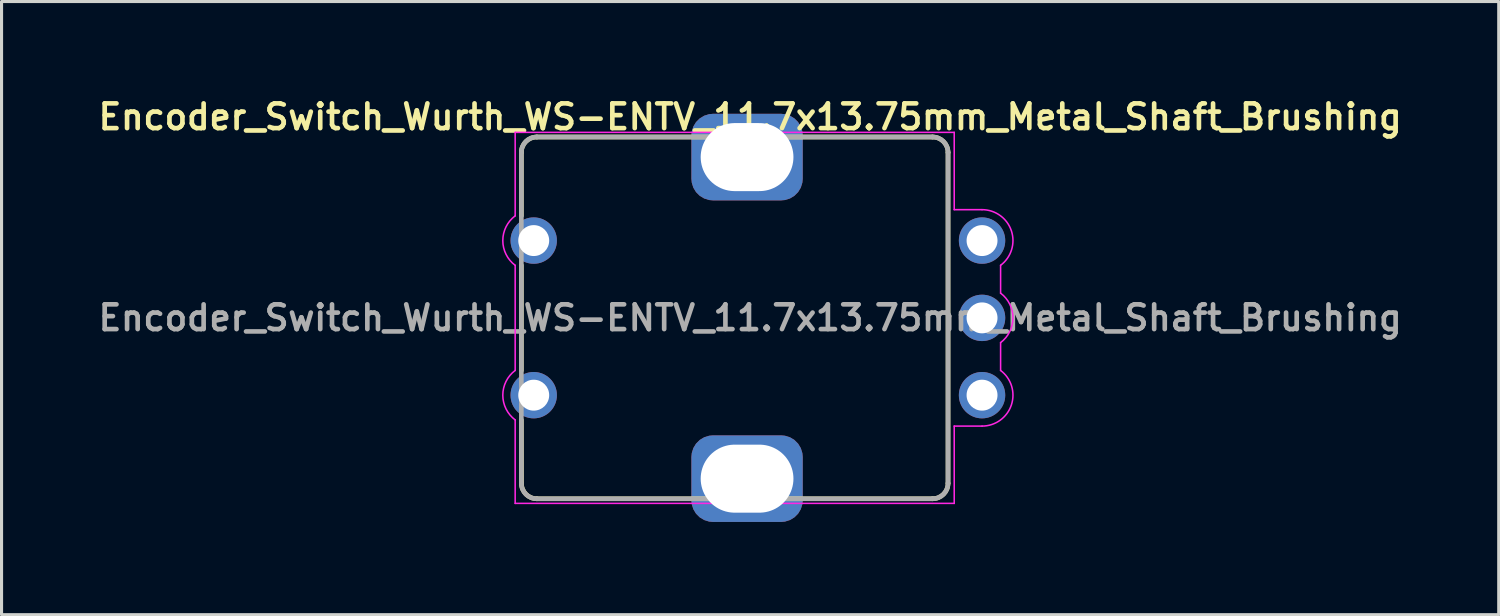
<source format=kicad_pcb>
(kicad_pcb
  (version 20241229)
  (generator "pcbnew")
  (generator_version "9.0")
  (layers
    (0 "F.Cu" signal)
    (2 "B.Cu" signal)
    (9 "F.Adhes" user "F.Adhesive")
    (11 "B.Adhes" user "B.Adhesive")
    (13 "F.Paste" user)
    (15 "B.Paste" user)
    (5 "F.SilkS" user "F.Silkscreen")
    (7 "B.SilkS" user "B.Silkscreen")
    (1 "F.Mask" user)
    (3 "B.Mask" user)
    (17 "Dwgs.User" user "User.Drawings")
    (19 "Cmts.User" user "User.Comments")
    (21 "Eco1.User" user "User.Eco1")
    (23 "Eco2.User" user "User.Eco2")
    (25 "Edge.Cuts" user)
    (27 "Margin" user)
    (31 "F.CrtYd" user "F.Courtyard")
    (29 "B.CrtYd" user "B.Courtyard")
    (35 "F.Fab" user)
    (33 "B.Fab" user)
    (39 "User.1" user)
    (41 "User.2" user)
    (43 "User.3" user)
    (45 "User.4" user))
  (footprint "Encoder_Switch_Wurth_WS-ENTV_11.7x13.75mm_Metal_Shaft_Brushing"
    (layer "F.Cu")
    (at 21.212 7.231)
    (property "Reference" "Encoder_Switch_Wurth_WS-ENTV_11.7x13.75mm_Metal_Shaft_Brushing" (at 0 -6.5 0) (unlocked yes) (layer "F.SilkS") (effects (font (size 0.8 0.8) (thickness 0.15) (bold yes))))
    (attr through_hole)
    (fp_line (start -7.4 -5.35) (end -7.4 -3.3) (stroke (width 0.15) (type default)) (layer "F.SilkS"))
    (fp_line (start -7.4 -1.7) (end -7.4 1.7) (stroke (width 0.15) (type default)) (layer "F.SilkS"))
    (fp_line (start -7.396 5.35) (end -7.4 3.3) (stroke (width 0.15) (type default)) (layer "F.SilkS"))
    (fp_line (start -6.9 -5.85) (end 5.9 -5.85) (stroke (width 0.15) (type default)) (layer "F.SilkS"))
    (fp_line (start 5.9 5.85) (end -6.896 5.85) (stroke (width 0.15) (type default)) (layer "F.SilkS"))
    (fp_line (start 6.4 -5.35) (end 6.4 5.35) (stroke (width 0.15) (type default)) (layer "F.SilkS"))
    (fp_arc (start -7.4 -5.35) (mid -7.253553 -5.703553) (end -6.9 -5.85) (stroke (width 0.15) (type default)) (layer "F.SilkS"))
    (fp_arc (start -6.896447 5.85) (mid -7.25 5.703553) (end -7.396447 5.35) (stroke (width 0.15) (type default)) (layer "F.SilkS"))
    (fp_arc (start 5.9 -5.85) (mid 6.253553 -5.703553) (end 6.4 -5.35) (stroke (width 0.15) (type default)) (layer "F.SilkS"))
    (fp_arc (start 6.4 5.35) (mid 6.253553 5.703553) (end 5.9 5.85) (stroke (width 0.15) (type default)) (layer "F.SilkS"))
    (fp_line (start -7.6 -6) (end -7.6 -3.3) (stroke (width 0.05) (type default)) (layer "F.CrtYd"))
    (fp_line (start -7.6 -1.7) (end -7.6 1.7) (stroke (width 0.05) (type default)) (layer "F.CrtYd"))
    (fp_line (start -7.6 3.3) (end -7.6 6) (stroke (width 0.05) (type default)) (layer "F.CrtYd"))
    (fp_line (start -7.6 6) (end 6.6 6) (stroke (width 0.05) (type default)) (layer "F.CrtYd"))
    (fp_line (start 6.6 -6) (end -7.6 -6) (stroke (width 0.05) (type default)) (layer "F.CrtYd"))
    (fp_line (start 6.6 -3.5) (end 6.6 -6) (stroke (width 0.05) (type default)) (layer "F.CrtYd"))
    (fp_line (start 6.6 3.5) (end 7.5 3.5) (stroke (width 0.05) (type default)) (layer "F.CrtYd"))
    (fp_line (start 6.6 6) (end 6.6 3.5) (stroke (width 0.05) (type default)) (layer "F.CrtYd"))
    (fp_line (start 7.5 -3.5) (end 6.6 -3.5) (stroke (width 0.05) (type default)) (layer "F.CrtYd"))
    (fp_line (start 8.1 -1.7) (end 8.1 -0.8) (stroke (width 0.05) (type default)) (layer "F.CrtYd"))
    (fp_line (start 8.1 0.8) (end 8.1 1.7) (stroke (width 0.05) (type default)) (layer "F.CrtYd"))
    (fp_arc (start -7.6 -1.7) (mid -8 -2.5) (end -7.6 -3.3) (stroke (width 0.05) (type default)) (layer "F.CrtYd"))
    (fp_arc (start -7.6 3.3) (mid -8 2.5) (end -7.6 1.7) (stroke (width 0.05) (type default)) (layer "F.CrtYd"))
    (fp_arc (start 7.5 -3.5) (mid 8.448683 -2.816228) (end 8.1 -1.7) (stroke (width 0.05) (type default)) (layer "F.CrtYd"))
    (fp_arc (start 8.1 -0.8) (mid 8.5 0) (end 8.1 0.8) (stroke (width 0.05) (type default)) (layer "F.CrtYd"))
    (fp_arc (start 8.1 1.7) (mid 8.448683 2.816228) (end 7.5 3.5) (stroke (width 0.05) (type default)) (layer "F.CrtYd"))
    (fp_line (start -7.4 -5.35) (end -7.4 5.35) (stroke (width 0.15) (type default)) (layer "F.Fab"))
    (fp_line (start -6.9 -5.85) (end 5.9 -5.85) (stroke (width 0.15) (type default)) (layer "F.Fab"))
    (fp_line (start -6.9 5.85) (end 5.9 5.85) (stroke (width 0.15) (type default)) (layer "F.Fab"))
    (fp_line (start 6.4 5.35) (end 6.4 -5.35) (stroke (width 0.15) (type default)) (layer "F.Fab"))
    (fp_arc (start -7.4 -5.35) (mid -7.253553 -5.703553) (end -6.9 -5.85) (stroke (width 0.15) (type default)) (layer "F.Fab"))
    (fp_arc (start -6.9 5.85) (mid -7.253553 5.703553) (end -7.4 5.35) (stroke (width 0.15) (type default)) (layer "F.Fab"))
    (fp_arc (start 5.9 -5.85) (mid 6.253553 -5.703553) (end 6.4 -5.35) (stroke (width 0.15) (type default)) (layer "F.Fab"))
    (fp_arc (start 6.4 5.35) (mid 6.253553 5.703553) (end 5.9 5.85) (stroke (width 0.15) (type default)) (layer "F.Fab"))
    (fp_text user "${REFERENCE}" (at 0 0 0) (unlocked yes) (layer "F.Fab") (effects (font (size 0.8 0.8) (thickness 0.15))))
    (pad "" thru_hole roundrect (at -0.1 -5.2) (size 3.6 2.8) (drill oval 3 2.2) (layers "*.Cu" "*.Mask") (roundrect_rratio 0.25))
    (pad "" thru_hole roundrect (at -0.1 5.2) (size 3.6 2.8) (drill oval 3 2.2) (layers "*.Cu" "*.Mask") (roundrect_rratio 0.25))
    (pad "1" thru_hole circle (at -7 2.5) (size 1.5 1.5) (drill 1) (layers "*.Cu" "*.Mask"))
    (pad "2" thru_hole circle (at -7 -2.5) (size 1.5 1.5) (drill 1) (layers "*.Cu" "*.Mask"))
    (pad "A" thru_hole circle (at 7.5 2.5) (size 1.5 1.5) (drill 1) (layers "*.Cu" "*.Mask"))
    (pad "B" thru_hole circle (at 7.5 -2.5) (size 1.5 1.5) (drill 1) (layers "*.Cu" "*.Mask"))
    (pad "C" thru_hole circle (at 7.5 0) (size 1.5 1.5) (drill 1) (layers "*.Cu" "*.Mask")))
  (gr_rect
    (start -3 -3)
    (end 45.423 16.831)
    (stroke (width 0.1) (type default))
    (fill no)
    (layer "Edge.Cuts")))
</source>
